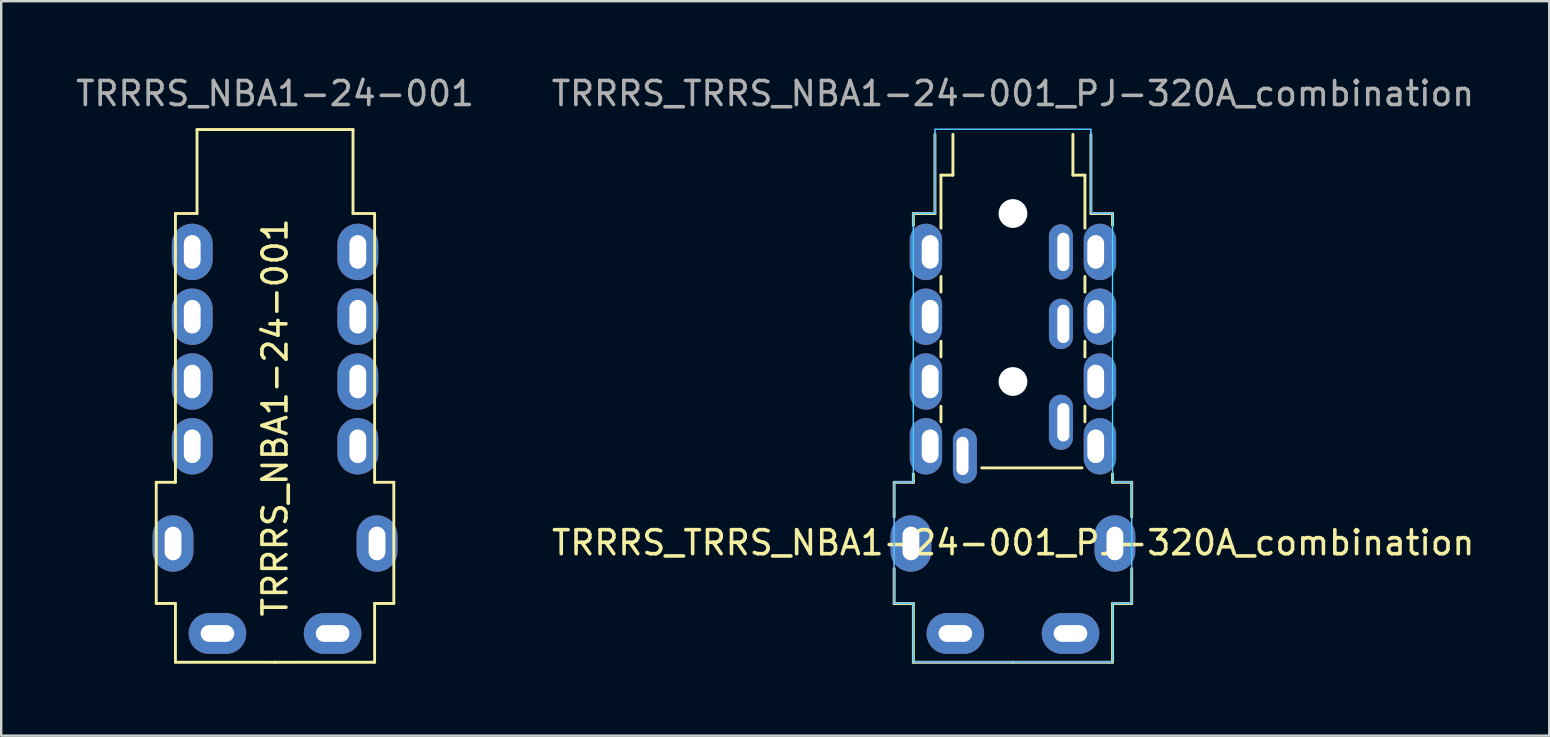
<source format=kicad_pcb>
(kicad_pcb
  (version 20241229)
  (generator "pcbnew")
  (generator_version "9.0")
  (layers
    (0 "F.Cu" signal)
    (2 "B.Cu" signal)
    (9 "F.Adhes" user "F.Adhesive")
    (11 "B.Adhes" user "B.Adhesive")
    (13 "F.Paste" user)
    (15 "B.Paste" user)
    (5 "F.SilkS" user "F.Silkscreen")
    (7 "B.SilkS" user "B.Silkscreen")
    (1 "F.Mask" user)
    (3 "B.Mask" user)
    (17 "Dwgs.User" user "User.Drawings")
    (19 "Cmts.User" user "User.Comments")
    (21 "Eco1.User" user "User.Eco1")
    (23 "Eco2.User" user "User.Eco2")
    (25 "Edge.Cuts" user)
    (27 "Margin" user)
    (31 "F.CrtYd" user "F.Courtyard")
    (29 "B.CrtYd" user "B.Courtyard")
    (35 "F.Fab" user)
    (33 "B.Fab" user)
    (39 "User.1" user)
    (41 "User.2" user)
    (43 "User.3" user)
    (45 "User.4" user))
  (footprint "TRRRS_NBA1-24-001"
    (layer "F.Cu")
    (at 8.411 2.348)
    (property "Reference" "TRRRS_NBA1-24-001" (at 0 12 90) (unlocked yes) (layer "F.SilkS") (effects (font (size 1 1) (thickness 0.15))))
    (attr through_hole)
    (fp_line (start -4.95 14.7) (end -4.95 19.75) (stroke (width 0.12) (type solid)) (layer "F.SilkS"))
    (fp_line (start -4.95 19.75) (end -4.15 19.75) (stroke (width 0.12) (type solid)) (layer "F.SilkS"))
    (fp_line (start -4.15 3.5) (end -4.15 14.7) (stroke (width 0.12) (type solid)) (layer "F.SilkS"))
    (fp_line (start -4.15 14.7) (end -4.95 14.7) (stroke (width 0.12) (type solid)) (layer "F.SilkS"))
    (fp_line (start -4.15 19.75) (end -4.15 22.2) (stroke (width 0.12) (type solid)) (layer "F.SilkS"))
    (fp_line (start -4.15 22.2) (end 0 22.2) (stroke (width 0.12) (type solid)) (layer "F.SilkS"))
    (fp_line (start -3.25 0) (end -3.25 3.5) (stroke (width 0.12) (type solid)) (layer "F.SilkS"))
    (fp_line (start -3.25 3.5) (end -4.15 3.5) (stroke (width 0.12) (type solid)) (layer "F.SilkS"))
    (fp_line (start 0 0) (end -3.25 0) (stroke (width 0.12) (type solid)) (layer "F.SilkS"))
    (fp_line (start 0 0) (end 3.25 0) (stroke (width 0.12) (type solid)) (layer "F.SilkS"))
    (fp_line (start 3.25 0) (end 3.25 3.5) (stroke (width 0.12) (type solid)) (layer "F.SilkS"))
    (fp_line (start 3.25 3.5) (end 4.15 3.5) (stroke (width 0.12) (type solid)) (layer "F.SilkS"))
    (fp_line (start 4.15 3.5) (end 4.15 14.7) (stroke (width 0.12) (type solid)) (layer "F.SilkS"))
    (fp_line (start 4.15 14.7) (end 4.95 14.7) (stroke (width 0.12) (type solid)) (layer "F.SilkS"))
    (fp_line (start 4.15 19.75) (end 4.15 22.2) (stroke (width 0.12) (type solid)) (layer "F.SilkS"))
    (fp_line (start 4.15 22.2) (end 0 22.2) (stroke (width 0.12) (type solid)) (layer "F.SilkS"))
    (fp_line (start 4.95 14.7) (end 4.95 19.75) (stroke (width 0.12) (type solid)) (layer "F.SilkS"))
    (fp_line (start 4.95 19.75) (end 4.15 19.75) (stroke (width 0.12) (type solid)) (layer "F.SilkS"))
    (fp_text user "${REFERENCE}" (at 0 -1.5 0) (unlocked yes) (layer "F.Fab") (effects (font (size 1 1) (thickness 0.15))))
    (pad "" thru_hole oval (at -4.25 17.25) (size 1.7 2.35) (drill oval 0.7 1.4) (layers "*.Cu" "*.Mask"))
    (pad "" thru_hole oval (at 4.25 17.25) (size 1.7 2.35) (drill oval 0.7 1.4) (layers "*.Cu" "*.Mask"))
    (pad "R1" thru_hole oval (at -3.45 13.2) (size 1.7 2.35) (drill oval 0.7 1.4) (layers "*.Cu" "*.Mask"))
    (pad "R1" thru_hole oval (at 3.45 13.2) (size 1.7 2.35) (drill oval 0.7 1.4) (layers "*.Cu" "*.Mask"))
    (pad "R2" thru_hole oval (at -3.45 10.5) (size 1.7 2.35) (drill oval 0.7 1.4) (layers "*.Cu" "*.Mask"))
    (pad "R2" thru_hole oval (at 3.45 10.5) (size 1.7 2.35) (drill oval 0.7 1.4) (layers "*.Cu" "*.Mask"))
    (pad "R3" thru_hole oval (at -3.45 7.8) (size 1.7 2.35) (drill oval 0.7 1.4) (layers "*.Cu" "*.Mask"))
    (pad "R3" thru_hole oval (at 3.45 7.8) (size 1.7 2.35) (drill oval 0.7 1.4) (layers "*.Cu" "*.Mask"))
    (pad "S" thru_hole oval (at -3.45 5.1) (size 1.7 2.35) (drill oval 0.7 1.4) (layers "*.Cu" "*.Mask"))
    (pad "S" thru_hole oval (at 3.45 5.1) (size 1.7 2.35) (drill oval 0.7 1.4) (layers "*.Cu" "*.Mask"))
    (pad "T" thru_hole oval (at -2.4 21) (size 2.4 1.7) (drill oval 1.4 0.7) (layers "*.Cu" "*.Mask"))
    (pad "T" thru_hole oval (at 2.4 21) (size 2.4 1.7) (drill oval 1.4 0.7) (layers "*.Cu" "*.Mask")))
  (footprint "TRRRS_TRRS_NBA1-24-001_PJ-320A_combination"
    (layer "F.Cu")
    (at 39.161 2.348)
    (property "Reference" "TRRRS_TRRS_NBA1-24-001_PJ-320A_combination" (at 0.01 17.22 0) (unlocked yes) (layer "F.SilkS") (effects (font (size 1 1) (thickness 0.15))))
    (attr through_hole)
    (fp_line (start -4.95 14.7) (end -4.95 16.15) (stroke (width 0.12) (type solid)) (layer "F.SilkS"))
    (fp_line (start -4.95 18.3) (end -4.95 19.75) (stroke (width 0.12) (type solid)) (layer "F.SilkS"))
    (fp_line (start -4.95 19.75) (end -4.15 19.75) (stroke (width 0.12) (type solid)) (layer "F.SilkS"))
    (fp_line (start -4.15 3.5) (end -4.15 4) (stroke (width 0.12) (type solid)) (layer "F.SilkS"))
    (fp_line (start -4.15 14.7) (end -4.95 14.7) (stroke (width 0.12) (type solid)) (layer "F.SilkS"))
    (fp_line (start -4.15 14.7) (end -4.15 14.35) (stroke (width 0.12) (type solid)) (layer "F.SilkS"))
    (fp_line (start -4.15 19.75) (end -4.15 22.2) (stroke (width 0.12) (type solid)) (layer "F.SilkS"))
    (fp_line (start -4.15 22.2) (end 0 22.2) (stroke (width 0.12) (type solid)) (layer "F.SilkS"))
    (fp_line (start -3.25 0.2) (end -3.25 3.5) (stroke (width 0.12) (type solid)) (layer "F.SilkS"))
    (fp_line (start -3.25 3.5) (end -4.15 3.5) (stroke (width 0.12) (type solid)) (layer "F.SilkS"))
    (fp_line (start -3 1.9) (end -2.5 1.9) (stroke (width 0.12) (type solid)) (layer "F.SilkS"))
    (fp_line (start -3 4.11) (end -3 1.9) (stroke (width 0.12) (type solid)) (layer "F.SilkS"))
    (fp_line (start -3 6.775) (end -3 6.125) (stroke (width 0.12) (type default)) (layer "F.SilkS"))
    (fp_line (start -3 9.475) (end -3 8.825) (stroke (width 0.12) (type default)) (layer "F.SilkS"))
    (fp_line (start -3 12.18) (end -3 11.53) (stroke (width 0.12) (type default)) (layer "F.SilkS"))
    (fp_line (start -2.5 1.9) (end -2.5 0.2) (stroke (width 0.12) (type solid)) (layer "F.SilkS"))
    (fp_line (start -1.3 14.1) (end 2.88 14.1) (stroke (width 0.12) (type solid)) (layer "F.SilkS"))
    (fp_line (start 2.5 0.2) (end 2.5 1.9) (stroke (width 0.12) (type solid)) (layer "F.SilkS"))
    (fp_line (start 2.5 1.9) (end 3 1.9) (stroke (width 0.12) (type solid)) (layer "F.SilkS"))
    (fp_line (start 3 4.11) (end 3 1.9) (stroke (width 0.12) (type solid)) (layer "F.SilkS"))
    (fp_line (start 3 6.775) (end 3 6.125) (stroke (width 0.12) (type default)) (layer "F.SilkS"))
    (fp_line (start 3 9.475) (end 3 8.825) (stroke (width 0.12) (type default)) (layer "F.SilkS"))
    (fp_line (start 3 12.18) (end 3 11.53) (stroke (width 0.12) (type default)) (layer "F.SilkS"))
    (fp_line (start 3.25 0.2) (end 3.25 3.5) (stroke (width 0.12) (type solid)) (layer "F.SilkS"))
    (fp_line (start 3.25 3.5) (end 4.15 3.5) (stroke (width 0.12) (type solid)) (layer "F.SilkS"))
    (fp_line (start 4.15 3.5) (end 4.15 4) (stroke (width 0.12) (type solid)) (layer "F.SilkS"))
    (fp_line (start 4.15 14.7) (end 4.15 14.35) (stroke (width 0.12) (type solid)) (layer "F.SilkS"))
    (fp_line (start 4.15 14.7) (end 4.95 14.7) (stroke (width 0.12) (type solid)) (layer "F.SilkS"))
    (fp_line (start 4.15 19.75) (end 4.15 22.2) (stroke (width 0.12) (type solid)) (layer "F.SilkS"))
    (fp_line (start 4.15 22.2) (end 0 22.2) (stroke (width 0.12) (type solid)) (layer "F.SilkS"))
    (fp_line (start 4.95 14.7) (end 4.95 16.15) (stroke (width 0.12) (type solid)) (layer "F.SilkS"))
    (fp_line (start 4.95 18.3) (end 4.95 19.75) (stroke (width 0.12) (type solid)) (layer "F.SilkS"))
    (fp_line (start 4.95 19.75) (end 4.15 19.75) (stroke (width 0.12) (type solid)) (layer "F.SilkS"))
    (fp_poly (pts (xy 3.25 -0.01) (xy 3.26 3.48) (xy 4.15 3.49) (xy 4.15 14.69) (xy 4.95 14.69) (xy 4.95 19.74) (xy 4.15 19.74) (xy 4.15 22.19) (xy -4.15 22.19) (xy -4.15 19.74) (xy -4.95 19.74) (xy -4.95 14.69) (xy -4.15 14.69) (xy -4.15 3.49) (xy -3.25 3.49) (xy -3.25 -0.01)) (stroke (width 0.05) (type solid)) (fill no) (layer "B.CrtYd"))
    (fp_poly (pts (xy 3.25 -0.01) (xy 3.26 3.48) (xy 4.15 3.49) (xy 4.15 14.69) (xy 4.95 14.69) (xy 4.95 19.74) (xy 4.15 19.74) (xy 4.15 22.19) (xy -4.15 22.19) (xy -4.15 19.74) (xy -4.95 19.74) (xy -4.95 14.69) (xy -4.15 14.69) (xy -4.15 3.49) (xy -3.25 3.49) (xy -3.25 -0.01)) (stroke (width 0.05) (type solid)) (fill no) (layer "F.CrtYd"))
    (fp_text user "${REFERENCE}" (at 0 -1.5 0) (unlocked yes) (layer "F.Fab") (effects (font (size 1 1) (thickness 0.15))))
    (pad "" thru_hole oval (at -4.25 17.25) (size 1.7 2.35) (drill oval 0.7 1.4) (layers "*.Cu" "*.Mask"))
    (pad "" np_thru_hole circle (at 0 3.5) (size 1.2 1.2) (drill 1.2) (layers "*.Cu" "*.Mask"))
    (pad "" np_thru_hole circle (at 0 10.5) (size 1.2 1.2) (drill 1.2) (layers "*.Cu" "*.Mask"))
    (pad "" thru_hole oval (at 4.25 17.25) (size 1.7 2.35) (drill oval 0.7 1.4) (layers "*.Cu" "*.Mask"))
    (pad "R1" thru_hole oval (at -3.45 13.2) (size 1.35 2.35) (drill oval 0.7 1.4 (offset -0.175 0)) (layers "*.Cu" "*.Mask"))
    (pad "R1" thru_hole oval (at 2.1 8.1) (size 1 2.1) (drill oval 0.5 1.6 (offset -0.1 0)) (layers "*.Cu" "*.Mask"))
    (pad "R1" thru_hole oval (at 3.45 13.2) (size 1.35 2.35) (drill oval 0.7 1.4 (offset 0.175 0)) (layers "*.Cu" "*.Mask"))
    (pad "R2" thru_hole oval (at -3.45 10.5) (size 1.35 2.35) (drill oval 0.7 1.4 (offset -0.175 0)) (layers "*.Cu" "*.Mask"))
    (pad "R2" thru_hole oval (at 2.1 5.1) (size 1 2.3) (drill oval 0.5 1.6 (offset -0.1 0)) (layers "*.Cu" "*.Mask"))
    (pad "R2" thru_hole oval (at 3.45 10.5) (size 1.35 2.35) (drill oval 0.7 1.4 (offset 0.175 0)) (layers "*.Cu" "*.Mask"))
    (pad "R3" thru_hole oval (at -3.45 7.8) (size 1.35 2.35) (drill oval 0.7 1.4 (offset -0.175 0)) (layers "*.Cu" "*.Mask"))
    (pad "R3" thru_hole oval (at 3.45 7.8) (size 1.35 2.35) (drill oval 0.7 1.4 (offset 0.175 0)) (layers "*.Cu" "*.Mask"))
    (pad "S" thru_hole oval (at -3.45 5.1) (size 1.35 2.35) (drill oval 0.7 1.4 (offset -0.175 0)) (layers "*.Cu" "*.Mask"))
    (pad "S" thru_hole oval (at -2.1 13.6) (size 1 2.3) (drill oval 0.5 1.6 (offset 0.1 0)) (layers "*.Cu" "*.Mask"))
    (pad "S" thru_hole oval (at 3.45 5.1) (size 1.35 2.35) (drill oval 0.7 1.4 (offset 0.175 0)) (layers "*.Cu" "*.Mask"))
    (pad "T" thru_hole oval (at -2.4 21) (size 2.4 1.7) (drill oval 1.4 0.7) (layers "*.Cu" "*.Mask"))
    (pad "T" thru_hole oval (at 2.1 12.2) (size 1 2.3) (drill oval 0.5 1.6 (offset -0.1 0)) (layers "*.Cu" "*.Mask"))
    (pad "T" thru_hole oval (at 2.4 21) (size 2.4 1.7) (drill oval 1.4 0.7) (layers "*.Cu" "*.Mask")))
  (gr_rect
    (start -3 -3)
    (end 61.51 27.608)
    (stroke (width 0.1) (type default))
    (fill no)
    (layer "Edge.Cuts")))
</source>
